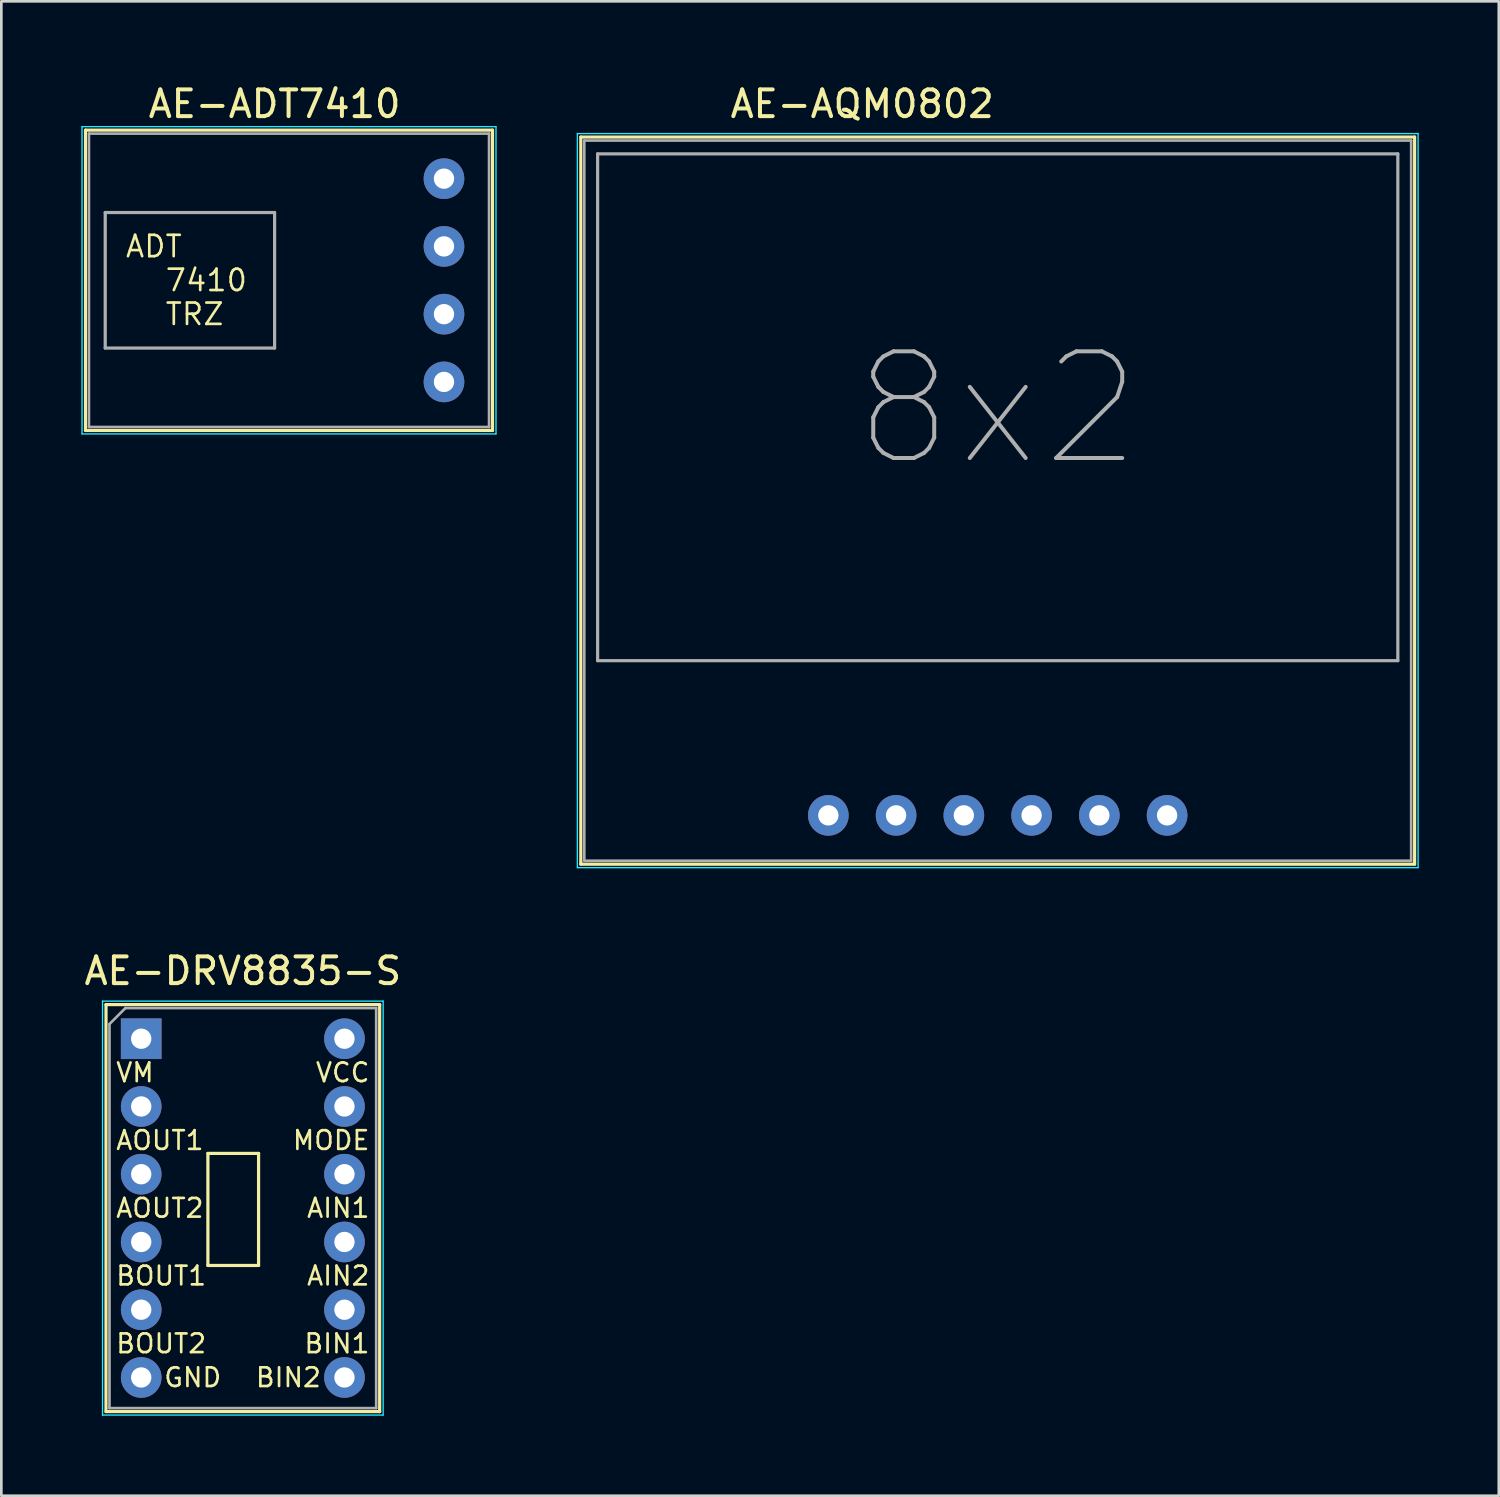
<source format=kicad_pcb>
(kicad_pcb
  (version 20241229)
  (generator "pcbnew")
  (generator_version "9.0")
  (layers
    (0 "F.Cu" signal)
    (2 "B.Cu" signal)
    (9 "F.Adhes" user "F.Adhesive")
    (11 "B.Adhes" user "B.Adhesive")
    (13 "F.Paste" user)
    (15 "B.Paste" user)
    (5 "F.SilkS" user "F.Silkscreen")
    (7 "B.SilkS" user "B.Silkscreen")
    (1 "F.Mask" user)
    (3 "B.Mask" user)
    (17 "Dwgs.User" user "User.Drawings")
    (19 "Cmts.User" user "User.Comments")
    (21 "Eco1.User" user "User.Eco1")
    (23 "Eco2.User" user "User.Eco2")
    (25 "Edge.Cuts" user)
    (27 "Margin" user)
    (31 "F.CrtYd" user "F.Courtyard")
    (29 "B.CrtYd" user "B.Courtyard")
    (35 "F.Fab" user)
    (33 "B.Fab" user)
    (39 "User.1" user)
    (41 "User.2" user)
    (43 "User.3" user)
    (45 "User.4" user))
  (footprint "AE-AQM0802"
    (layer "F.Cu")
    (at 28.005 27.518)
    (property "Reference" "AE-AQM0802" (at 1.27 -26.67 0) (layer "F.SilkS") (effects (font (size 1 1) (thickness 0.15))))
    (attr through_hole)
    (fp_line (start -9.28 -25.43) (end -9.28 1.83) (stroke (width 0.12) (type solid)) (layer "F.SilkS"))
    (fp_line (start -9.28 1.83) (end 21.98 1.83) (stroke (width 0.12) (type solid)) (layer "F.SilkS"))
    (fp_line (start 21.98 -25.43) (end -9.28 -25.43) (stroke (width 0.12) (type solid)) (layer "F.SilkS"))
    (fp_line (start 21.98 1.83) (end 21.98 -25.43) (stroke (width 0.12) (type solid)) (layer "F.SilkS"))
    (fp_line (start -9.41 -25.56) (end -9.41 1.96) (stroke (width 0.05) (type solid)) (layer "B.CrtYd"))
    (fp_line (start -9.41 1.96) (end 22.11 1.96) (stroke (width 0.05) (type solid)) (layer "B.CrtYd"))
    (fp_line (start 22.11 -25.56) (end -9.41 -25.56) (stroke (width 0.05) (type solid)) (layer "B.CrtYd"))
    (fp_line (start 22.11 1.96) (end 22.11 -25.56) (stroke (width 0.05) (type solid)) (layer "B.CrtYd"))
    (fp_line (start -9.15 -25.3) (end -9.15 1.7) (stroke (width 0.1) (type solid)) (layer "F.Fab"))
    (fp_line (start -9.15 1.7) (end 21.85 1.7) (stroke (width 0.1) (type solid)) (layer "F.Fab"))
    (fp_line (start -8.65 -24.8) (end -8.65 -5.8) (stroke (width 0.12) (type solid)) (layer "F.Fab"))
    (fp_line (start -8.65 -5.8) (end 21.35 -5.8) (stroke (width 0.12) (type solid)) (layer "F.Fab"))
    (fp_line (start 21.35 -24.8) (end -8.65 -24.8) (stroke (width 0.12) (type solid)) (layer "F.Fab"))
    (fp_line (start 21.35 -5.8) (end 21.35 -24.8) (stroke (width 0.12) (type solid)) (layer "F.Fab"))
    (fp_line (start 21.85 -25.3) (end -9.15 -25.3) (stroke (width 0.1) (type solid)) (layer "F.Fab"))
    (fp_line (start 21.85 1.7) (end 21.85 -25.3) (stroke (width 0.1) (type solid)) (layer "F.Fab"))
    (fp_text user "8x2" (at 6.35 -15.24 0) (layer "F.Fab") (effects (font (size 4 4) (thickness 0.15))))
    (pad "1" thru_hole circle (at 0 0) (size 1.524 1.524) (drill 0.762) (layers "*.Cu" "*.Mask"))
    (pad "2" thru_hole circle (at 2.54 0) (size 1.524 1.524) (drill 0.762) (layers "*.Cu" "*.Mask"))
    (pad "3" thru_hole circle (at 5.08 0) (size 1.524 1.524) (drill 0.762) (layers "*.Cu" "*.Mask"))
    (pad "4" thru_hole circle (at 7.62 0) (size 1.524 1.524) (drill 0.762) (layers "*.Cu" "*.Mask"))
    (pad "5" thru_hole circle (at 10.16 0) (size 1.524 1.524) (drill 0.762) (layers "*.Cu" "*.Mask"))
    (pad "6" thru_hole circle (at 12.7 0) (size 1.524 1.524) (drill 0.762) (layers "*.Cu" "*.Mask")))
  (footprint "AE-ADT7410"
    (layer "F.Cu")
    (at 13.595 3.648)
    (property "Reference" "AE-ADT7410" (at -6.35 -2.8 0) (layer "F.SilkS") (effects (font (size 1 1) (thickness 0.15))))
    (attr through_hole)
    (fp_line (start -13.44 -1.82) (end -13.44 9.44) (stroke (width 0.12) (type solid)) (layer "F.SilkS"))
    (fp_line (start -13.44 9.44) (end 1.82 9.44) (stroke (width 0.12) (type solid)) (layer "F.SilkS"))
    (fp_line (start 1.82 -1.82) (end -13.44 -1.82) (stroke (width 0.12) (type solid)) (layer "F.SilkS"))
    (fp_line (start 1.82 9.44) (end 1.82 -1.82) (stroke (width 0.12) (type solid)) (layer "F.SilkS"))
    (fp_line (start -13.57 -1.95) (end -13.57 9.57) (stroke (width 0.05) (type solid)) (layer "B.CrtYd"))
    (fp_line (start -13.57 9.57) (end 1.95 9.57) (stroke (width 0.05) (type solid)) (layer "B.CrtYd"))
    (fp_line (start 1.95 -1.95) (end -13.57 -1.95) (stroke (width 0.05) (type solid)) (layer "B.CrtYd"))
    (fp_line (start 1.95 9.57) (end 1.95 -1.95) (stroke (width 0.05) (type solid)) (layer "B.CrtYd"))
    (fp_line (start -13.31 -1.69) (end -13.31 9.31) (stroke (width 0.1) (type solid)) (layer "F.Fab"))
    (fp_line (start -13.31 9.31) (end 1.69 9.31) (stroke (width 0.1) (type solid)) (layer "F.Fab"))
    (fp_line (start -12.7 1.27) (end -12.7 6.35) (stroke (width 0.12) (type solid)) (layer "F.Fab"))
    (fp_line (start -12.7 6.35) (end -6.35 6.35) (stroke (width 0.12) (type solid)) (layer "F.Fab"))
    (fp_line (start -6.35 1.27) (end -12.7 1.27) (stroke (width 0.12) (type solid)) (layer "F.Fab"))
    (fp_line (start -6.35 6.35) (end -6.35 1.27) (stroke (width 0.12) (type solid)) (layer "F.Fab"))
    (fp_line (start 1.69 -1.69) (end -13.31 -1.69) (stroke (width 0.1) (type solid)) (layer "F.Fab"))
    (fp_line (start 1.69 9.31) (end 1.69 -1.69) (stroke (width 0.1) (type solid)) (layer "F.Fab"))
    (fp_text user "7410" (at -10.5 3.81 0) (layer "F.SilkS") (effects (font (size 0.8 0.8) (thickness 0.1)) (justify left)))
    (fp_text user "TRZ" (at -10.5 5.08 0) (layer "F.SilkS") (effects (font (size 0.8 0.8) (thickness 0.1)) (justify left)))
    (fp_text user "ADT" (at -11.99 2.54 0) (layer "F.SilkS") (effects (font (size 0.8 0.8) (thickness 0.1)) (justify left)))
    (pad "1" thru_hole circle (at 0 0) (size 1.524 1.524) (drill 0.762) (layers "*.Cu" "*.Mask"))
    (pad "2" thru_hole circle (at 0 2.54) (size 1.524 1.524) (drill 0.762) (layers "*.Cu" "*.Mask"))
    (pad "3" thru_hole circle (at 0 5.08) (size 1.524 1.524) (drill 0.762) (layers "*.Cu" "*.Mask"))
    (pad "4" thru_hole circle (at 0 7.62) (size 1.524 1.524) (drill 0.762) (layers "*.Cu" "*.Mask")))
  (footprint "AE-DRV8835-S"
    (layer "F.Cu")
    (at 2.244 35.892)
    (property "Reference" "AE-DRV8835-S" (at 3.81 -2.54 0) (layer "F.SilkS") (effects (font (size 1 1) (thickness 0.15))))
    (attr through_hole)
    (fp_line (start -1.32 -1.28) (end -1.32 13.98) (stroke (width 0.12) (type solid)) (layer "F.SilkS"))
    (fp_line (start -1.32 13.98) (end 8.94 13.98) (stroke (width 0.12) (type solid)) (layer "F.SilkS"))
    (fp_line (start 2.5 4.3) (end 2.5 8.5) (stroke (width 0.12) (type solid)) (layer "F.SilkS"))
    (fp_line (start 2.5 8.5) (end 4.4 8.5) (stroke (width 0.12) (type solid)) (layer "F.SilkS"))
    (fp_line (start 4.4 4.3) (end 2.5 4.3) (stroke (width 0.12) (type solid)) (layer "F.SilkS"))
    (fp_line (start 4.4 8.5) (end 4.4 4.3) (stroke (width 0.12) (type solid)) (layer "F.SilkS"))
    (fp_line (start 8.94 -1.28) (end -1.32 -1.28) (stroke (width 0.12) (type solid)) (layer "F.SilkS"))
    (fp_line (start 8.94 13.98) (end 8.94 -1.28) (stroke (width 0.12) (type solid)) (layer "F.SilkS"))
    (fp_line (start -1.45 -1.41) (end -1.45 14.11) (stroke (width 0.05) (type solid)) (layer "B.CrtYd"))
    (fp_line (start -1.45 14.11) (end 9.07 14.11) (stroke (width 0.05) (type solid)) (layer "B.CrtYd"))
    (fp_line (start 9.07 -1.41) (end -1.45 -1.41) (stroke (width 0.05) (type solid)) (layer "B.CrtYd"))
    (fp_line (start 9.07 14.11) (end 9.07 -1.41) (stroke (width 0.05) (type solid)) (layer "B.CrtYd"))
    (fp_line (start -1.19 -0.55) (end -1.19 13.85) (stroke (width 0.1) (type solid)) (layer "F.Fab"))
    (fp_line (start -1.19 -0.55) (end -0.59 -1.15) (stroke (width 0.1) (type solid)) (layer "F.Fab"))
    (fp_line (start -1.19 13.85) (end 8.81 13.85) (stroke (width 0.1) (type solid)) (layer "F.Fab"))
    (fp_line (start 8.81 -1.15) (end -0.59 -1.15) (stroke (width 0.1) (type solid)) (layer "F.Fab"))
    (fp_line (start 8.81 13.85) (end 8.81 -1.15) (stroke (width 0.1) (type solid)) (layer "F.Fab"))
    (fp_text user "BIN2" (at 6.8 12.7 0) (layer "F.SilkS") (effects (font (size 0.7 0.7) (thickness 0.1)) (justify right)))
    (fp_text user "BOUT2" (at -1 11.43 0) (layer "F.SilkS") (effects (font (size 0.7 0.7) (thickness 0.1)) (justify left)))
    (fp_text user "BOUT1" (at -1 8.89 0) (layer "F.SilkS") (effects (font (size 0.7 0.7) (thickness 0.1)) (justify left)))
    (fp_text user "AOUT1" (at -1 3.81 0) (layer "F.SilkS") (effects (font (size 0.7 0.7) (thickness 0.1)) (justify left)))
    (fp_text user "AIN2" (at 8.62 8.89 0) (layer "F.SilkS") (effects (font (size 0.7 0.7) (thickness 0.1)) (justify right)))
    (fp_text user "MODE" (at 8.62 3.81 0) (layer "F.SilkS") (effects (font (size 0.7 0.7) (thickness 0.1)) (justify right)))
    (fp_text user "AIN1" (at 8.62 6.35 0) (layer "F.SilkS") (effects (font (size 0.7 0.7) (thickness 0.1)) (justify right)))
    (fp_text user "VM" (at -1 1.27 0) (layer "F.SilkS") (effects (font (size 0.7 0.7) (thickness 0.1)) (justify left)))
    (fp_text user "BIN1" (at 8.62 11.43 0) (layer "F.SilkS") (effects (font (size 0.7 0.7) (thickness 0.1)) (justify right)))
    (fp_text user "AOUT2" (at -1 6.35 0) (layer "F.SilkS") (effects (font (size 0.7 0.7) (thickness 0.1)) (justify left)))
    (fp_text user "GND" (at 0.8 12.7 0) (layer "F.SilkS") (effects (font (size 0.7 0.7) (thickness 0.1)) (justify left)))
    (fp_text user "VCC" (at 8.62 1.27 0) (layer "F.SilkS") (effects (font (size 0.7 0.7) (thickness 0.1)) (justify right)))
    (pad "1" thru_hole rect (at 0 0) (size 1.524 1.524) (drill 0.762) (layers "*.Cu" "*.Mask"))
    (pad "2" thru_hole circle (at 0 2.54) (size 1.524 1.524) (drill 0.762) (layers "*.Cu" "*.Mask"))
    (pad "3" thru_hole circle (at 0 5.08) (size 1.524 1.524) (drill 0.762) (layers "*.Cu" "*.Mask"))
    (pad "4" thru_hole circle (at 0 7.62) (size 1.524 1.524) (drill 0.762) (layers "*.Cu" "*.Mask"))
    (pad "5" thru_hole circle (at 0 10.16) (size 1.524 1.524) (drill 0.762) (layers "*.Cu" "*.Mask"))
    (pad "6" thru_hole circle (at 0 12.7) (size 1.524 1.524) (drill 0.762) (layers "*.Cu" "*.Mask"))
    (pad "7" thru_hole circle (at 7.62 12.7) (size 1.524 1.524) (drill 0.762) (layers "*.Cu" "*.Mask"))
    (pad "8" thru_hole circle (at 7.62 10.16) (size 1.524 1.524) (drill 0.762) (layers "*.Cu" "*.Mask"))
    (pad "9" thru_hole circle (at 7.62 7.62) (size 1.524 1.524) (drill 0.762) (layers "*.Cu" "*.Mask"))
    (pad "10" thru_hole circle (at 7.62 5.08) (size 1.524 1.524) (drill 0.762) (layers "*.Cu" "*.Mask"))
    (pad "11" thru_hole circle (at 7.62 2.54) (size 1.524 1.524) (drill 0.762) (layers "*.Cu" "*.Mask"))
    (pad "12" thru_hole circle (at 7.62 0) (size 1.524 1.524) (drill 0.762) (layers "*.Cu" "*.Mask")))
  (gr_rect
    (start -3 -3)
    (end 53.14 53.026)
    (stroke (width 0.1) (type default))
    (fill no)
    (layer "Edge.Cuts")))
</source>
